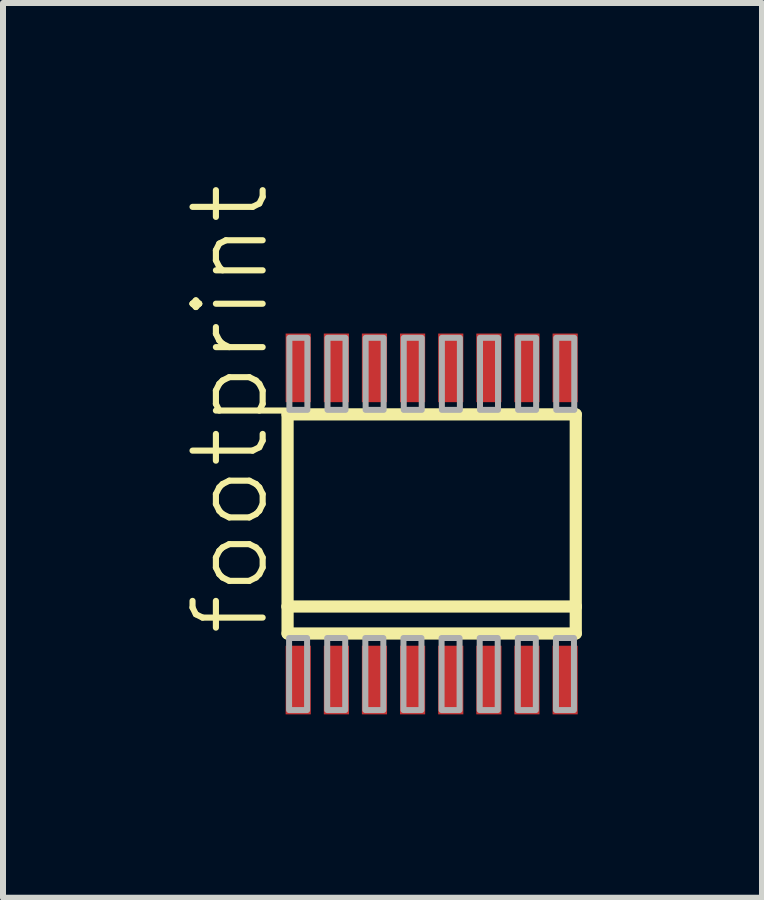
<source format=kicad_pcb>
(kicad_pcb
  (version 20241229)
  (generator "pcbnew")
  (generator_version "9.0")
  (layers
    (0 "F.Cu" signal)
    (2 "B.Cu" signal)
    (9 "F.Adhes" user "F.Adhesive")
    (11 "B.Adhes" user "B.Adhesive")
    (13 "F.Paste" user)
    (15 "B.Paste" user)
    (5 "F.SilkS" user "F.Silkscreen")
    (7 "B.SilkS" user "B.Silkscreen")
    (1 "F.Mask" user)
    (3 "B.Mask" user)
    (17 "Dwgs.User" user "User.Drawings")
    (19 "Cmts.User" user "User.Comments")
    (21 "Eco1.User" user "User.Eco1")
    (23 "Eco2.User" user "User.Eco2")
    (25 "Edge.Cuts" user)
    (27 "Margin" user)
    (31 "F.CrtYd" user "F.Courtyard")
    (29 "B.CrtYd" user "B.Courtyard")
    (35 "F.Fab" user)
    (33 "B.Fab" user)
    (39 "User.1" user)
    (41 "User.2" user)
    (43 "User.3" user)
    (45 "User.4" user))
  (footprint "footprint"
    (layer "F.Cu")
    (at 4.14 5.677)
    (property "Reference" "footprint" (at -2.667 1.905 90) (layer "F.SilkS") (effects (font (size 1.168 1.168) (thickness 0.102)) (justify left bottom)))
    (fp_poly (pts (xy -2.464 3.226) (xy -1.981 3.226) (xy -1.981 1.981) (xy -2.464 1.981)) (stroke (width 0) (type solid)) (fill yes) (layer "F.Mask"))
    (fp_poly (pts (xy -1.981 -3.226) (xy -2.464 -3.226) (xy -2.464 -1.981) (xy -1.981 -1.981)) (stroke (width 0) (type solid)) (fill yes) (layer "F.Mask"))
    (fp_poly (pts (xy -1.829 3.226) (xy -1.346 3.226) (xy -1.346 1.981) (xy -1.829 1.981)) (stroke (width 0) (type solid)) (fill yes) (layer "F.Mask"))
    (fp_poly (pts (xy -1.346 -3.226) (xy -1.829 -3.226) (xy -1.829 -1.981) (xy -1.346 -1.981)) (stroke (width 0) (type solid)) (fill yes) (layer "F.Mask"))
    (fp_poly (pts (xy -1.194 3.226) (xy -0.711 3.226) (xy -0.711 1.981) (xy -1.194 1.981)) (stroke (width 0) (type solid)) (fill yes) (layer "F.Mask"))
    (fp_poly (pts (xy -0.711 -3.226) (xy -1.194 -3.226) (xy -1.194 -1.981) (xy -0.711 -1.981)) (stroke (width 0) (type solid)) (fill yes) (layer "F.Mask"))
    (fp_poly (pts (xy -0.559 3.226) (xy -0.076 3.226) (xy -0.076 1.981) (xy -0.559 1.981)) (stroke (width 0) (type solid)) (fill yes) (layer "F.Mask"))
    (fp_poly (pts (xy -0.076 -3.226) (xy -0.559 -3.226) (xy -0.559 -1.981) (xy -0.076 -1.981)) (stroke (width 0) (type solid)) (fill yes) (layer "F.Mask"))
    (fp_poly (pts (xy 0.076 3.226) (xy 0.559 3.226) (xy 0.559 1.981) (xy 0.076 1.981)) (stroke (width 0) (type solid)) (fill yes) (layer "F.Mask"))
    (fp_poly (pts (xy 0.559 -3.226) (xy 0.076 -3.226) (xy 0.076 -1.981) (xy 0.559 -1.981)) (stroke (width 0) (type solid)) (fill yes) (layer "F.Mask"))
    (fp_poly (pts (xy 0.711 3.226) (xy 1.194 3.226) (xy 1.194 1.981) (xy 0.711 1.981)) (stroke (width 0) (type solid)) (fill yes) (layer "F.Mask"))
    (fp_poly (pts (xy 1.194 -3.226) (xy 0.711 -3.226) (xy 0.711 -1.981) (xy 1.194 -1.981)) (stroke (width 0) (type solid)) (fill yes) (layer "F.Mask"))
    (fp_poly (pts (xy 1.346 3.226) (xy 1.829 3.226) (xy 1.829 1.981) (xy 1.346 1.981)) (stroke (width 0) (type solid)) (fill yes) (layer "F.Mask"))
    (fp_poly (pts (xy 1.829 -3.226) (xy 1.346 -3.226) (xy 1.346 -1.981) (xy 1.829 -1.981)) (stroke (width 0) (type solid)) (fill yes) (layer "F.Mask"))
    (fp_poly (pts (xy 1.981 3.226) (xy 2.464 3.226) (xy 2.464 1.981) (xy 1.981 1.981)) (stroke (width 0) (type solid)) (fill yes) (layer "F.Mask"))
    (fp_poly (pts (xy 2.464 -3.226) (xy 1.981 -3.226) (xy 1.981 -1.981) (xy 2.464 -1.981)) (stroke (width 0) (type solid)) (fill yes) (layer "F.Mask"))
    (fp_line (start -2.4 -1.825) (end 2.4 -1.825) (stroke (width 0.203) (type solid)) (layer "F.SilkS"))
    (fp_line (start -2.4 1.375) (end -2.4 -1.825) (stroke (width 0.203) (type solid)) (layer "F.SilkS"))
    (fp_line (start -2.4 1.825) (end -2.4 1.375) (stroke (width 0.203) (type solid)) (layer "F.SilkS"))
    (fp_line (start 2.4 -1.825) (end 2.4 1.375) (stroke (width 0.203) (type solid)) (layer "F.SilkS"))
    (fp_line (start 2.4 1.375) (end -2.4 1.375) (stroke (width 0.203) (type solid)) (layer "F.SilkS"))
    (fp_line (start 2.4 1.375) (end 2.4 1.825) (stroke (width 0.203) (type solid)) (layer "F.SilkS"))
    (fp_line (start 2.4 1.825) (end -2.4 1.825) (stroke (width 0.203) (type solid)) (layer "F.SilkS"))
    (fp_poly (pts (xy -2.413 3.15) (xy -2.032 3.15) (xy -2.032 2.057) (xy -2.413 2.057)) (stroke (width 0) (type solid)) (fill yes) (layer "F.Paste"))
    (fp_poly (pts (xy -2.032 -3.15) (xy -2.413 -3.15) (xy -2.413 -2.057) (xy -2.032 -2.057)) (stroke (width 0) (type solid)) (fill yes) (layer "F.Paste"))
    (fp_poly (pts (xy -1.778 3.15) (xy -1.397 3.15) (xy -1.397 2.057) (xy -1.778 2.057)) (stroke (width 0) (type solid)) (fill yes) (layer "F.Paste"))
    (fp_poly (pts (xy -1.397 -3.15) (xy -1.778 -3.15) (xy -1.778 -2.057) (xy -1.397 -2.057)) (stroke (width 0) (type solid)) (fill yes) (layer "F.Paste"))
    (fp_poly (pts (xy -1.143 3.15) (xy -0.762 3.15) (xy -0.762 2.057) (xy -1.143 2.057)) (stroke (width 0) (type solid)) (fill yes) (layer "F.Paste"))
    (fp_poly (pts (xy -0.762 -3.15) (xy -1.143 -3.15) (xy -1.143 -2.057) (xy -0.762 -2.057)) (stroke (width 0) (type solid)) (fill yes) (layer "F.Paste"))
    (fp_poly (pts (xy -0.508 3.15) (xy -0.127 3.15) (xy -0.127 2.057) (xy -0.508 2.057)) (stroke (width 0) (type solid)) (fill yes) (layer "F.Paste"))
    (fp_poly (pts (xy -0.127 -3.15) (xy -0.508 -3.15) (xy -0.508 -2.057) (xy -0.127 -2.057)) (stroke (width 0) (type solid)) (fill yes) (layer "F.Paste"))
    (fp_poly (pts (xy 0.127 3.15) (xy 0.508 3.15) (xy 0.508 2.057) (xy 0.127 2.057)) (stroke (width 0) (type solid)) (fill yes) (layer "F.Paste"))
    (fp_poly (pts (xy 0.508 -3.15) (xy 0.127 -3.15) (xy 0.127 -2.057) (xy 0.508 -2.057)) (stroke (width 0) (type solid)) (fill yes) (layer "F.Paste"))
    (fp_poly (pts (xy 0.762 3.15) (xy 1.143 3.15) (xy 1.143 2.057) (xy 0.762 2.057)) (stroke (width 0) (type solid)) (fill yes) (layer "F.Paste"))
    (fp_poly (pts (xy 1.143 -3.15) (xy 0.762 -3.15) (xy 0.762 -2.057) (xy 1.143 -2.057)) (stroke (width 0) (type solid)) (fill yes) (layer "F.Paste"))
    (fp_poly (pts (xy 1.397 3.15) (xy 1.778 3.15) (xy 1.778 2.057) (xy 1.397 2.057)) (stroke (width 0) (type solid)) (fill yes) (layer "F.Paste"))
    (fp_poly (pts (xy 1.778 -3.15) (xy 1.397 -3.15) (xy 1.397 -2.057) (xy 1.778 -2.057)) (stroke (width 0) (type solid)) (fill yes) (layer "F.Paste"))
    (fp_poly (pts (xy 2.032 3.15) (xy 2.413 3.15) (xy 2.413 2.057) (xy 2.032 2.057)) (stroke (width 0) (type solid)) (fill yes) (layer "F.Paste"))
    (fp_poly (pts (xy 2.413 -3.15) (xy 2.032 -3.15) (xy 2.032 -2.057) (xy 2.413 -2.057)) (stroke (width 0) (type solid)) (fill yes) (layer "F.Paste"))
    (fp_poly (pts (xy -2.375 3.1) (xy -2.075 3.1) (xy -2.075 1.9) (xy -2.375 1.9)) (stroke (width 0.1) (type solid)) (fill no) (layer "F.Fab"))
    (fp_poly (pts (xy -2.07 -3.1) (xy -2.37 -3.1) (xy -2.37 -1.9) (xy -2.07 -1.9)) (stroke (width 0.1) (type solid)) (fill no) (layer "F.Fab"))
    (fp_poly (pts (xy -1.74 3.1) (xy -1.44 3.1) (xy -1.44 1.9) (xy -1.74 1.9)) (stroke (width 0.1) (type solid)) (fill no) (layer "F.Fab"))
    (fp_poly (pts (xy -1.435 -3.1) (xy -1.735 -3.1) (xy -1.735 -1.9) (xy -1.435 -1.9)) (stroke (width 0.1) (type solid)) (fill no) (layer "F.Fab"))
    (fp_poly (pts (xy -1.105 3.1) (xy -0.805 3.1) (xy -0.805 1.9) (xy -1.105 1.9)) (stroke (width 0.1) (type solid)) (fill no) (layer "F.Fab"))
    (fp_poly (pts (xy -0.8 -3.1) (xy -1.1 -3.1) (xy -1.1 -1.9) (xy -0.8 -1.9)) (stroke (width 0.1) (type solid)) (fill no) (layer "F.Fab"))
    (fp_poly (pts (xy -0.47 3.1) (xy -0.17 3.1) (xy -0.17 1.9) (xy -0.47 1.9)) (stroke (width 0.1) (type solid)) (fill no) (layer "F.Fab"))
    (fp_poly (pts (xy -0.165 -3.1) (xy -0.465 -3.1) (xy -0.465 -1.9) (xy -0.165 -1.9)) (stroke (width 0.1) (type solid)) (fill no) (layer "F.Fab"))
    (fp_poly (pts (xy 0.165 3.1) (xy 0.465 3.1) (xy 0.465 1.9) (xy 0.165 1.9)) (stroke (width 0.1) (type solid)) (fill no) (layer "F.Fab"))
    (fp_poly (pts (xy 0.47 -3.1) (xy 0.17 -3.1) (xy 0.17 -1.9) (xy 0.47 -1.9)) (stroke (width 0.1) (type solid)) (fill no) (layer "F.Fab"))
    (fp_poly (pts (xy 0.8 3.1) (xy 1.1 3.1) (xy 1.1 1.9) (xy 0.8 1.9)) (stroke (width 0.1) (type solid)) (fill no) (layer "F.Fab"))
    (fp_poly (pts (xy 1.105 -3.1) (xy 0.805 -3.1) (xy 0.805 -1.9) (xy 1.105 -1.9)) (stroke (width 0.1) (type solid)) (fill no) (layer "F.Fab"))
    (fp_poly (pts (xy 1.435 3.1) (xy 1.735 3.1) (xy 1.735 1.9) (xy 1.435 1.9)) (stroke (width 0.1) (type solid)) (fill no) (layer "F.Fab"))
    (fp_poly (pts (xy 1.74 -3.1) (xy 1.44 -3.1) (xy 1.44 -1.9) (xy 1.74 -1.9)) (stroke (width 0.1) (type solid)) (fill no) (layer "F.Fab"))
    (fp_poly (pts (xy 2.07 3.1) (xy 2.37 3.1) (xy 2.37 1.9) (xy 2.07 1.9)) (stroke (width 0.1) (type solid)) (fill no) (layer "F.Fab"))
    (fp_poly (pts (xy 2.375 -3.1) (xy 2.075 -3.1) (xy 2.075 -1.9) (xy 2.375 -1.9)) (stroke (width 0.1) (type solid)) (fill no) (layer "F.Fab"))
    (pad "1" smd rect (at -2.223 2.6) (size 0.419 1.143) (layers "F.Cu"))
    (pad "2" smd rect (at -1.587 2.6) (size 0.419 1.143) (layers "F.Cu"))
    (pad "3" smd rect (at -0.953 2.6) (size 0.419 1.143) (layers "F.Cu"))
    (pad "4" smd rect (at -0.318 2.6) (size 0.419 1.143) (layers "F.Cu"))
    (pad "5" smd rect (at 0.318 2.6 180) (size 0.419 1.143) (layers "F.Cu"))
    (pad "6" smd rect (at 0.953 2.6 180) (size 0.419 1.143) (layers "F.Cu"))
    (pad "7" smd rect (at 1.587 2.6 180) (size 0.419 1.143) (layers "F.Cu"))
    (pad "8" smd rect (at 2.223 2.6 180) (size 0.419 1.143) (layers "F.Cu"))
    (pad "9" smd rect (at 2.223 -2.6 180) (size 0.419 1.143) (layers "F.Cu"))
    (pad "10" smd rect (at 1.587 -2.6) (size 0.419 1.143) (layers "F.Cu"))
    (pad "11" smd rect (at 0.953 -2.6 180) (size 0.419 1.143) (layers "F.Cu"))
    (pad "12" smd rect (at 0.318 -2.6 180) (size 0.419 1.143) (layers "F.Cu"))
    (pad "13" smd rect (at -0.318 -2.6 180) (size 0.419 1.143) (layers "F.Cu"))
    (pad "14" smd rect (at -0.953 -2.6) (size 0.419 1.143) (layers "F.Cu"))
    (pad "15" smd rect (at -1.587 -2.6) (size 0.419 1.143) (layers "F.Cu"))
    (pad "16" smd rect (at -2.223 -2.6) (size 0.419 1.143) (layers "F.Cu")))
  (gr_rect
    (start -3 -3)
    (end 9.642 11.903)
    (stroke (width 0.1) (type default))
    (fill no)
    (layer "Edge.Cuts")))
</source>
